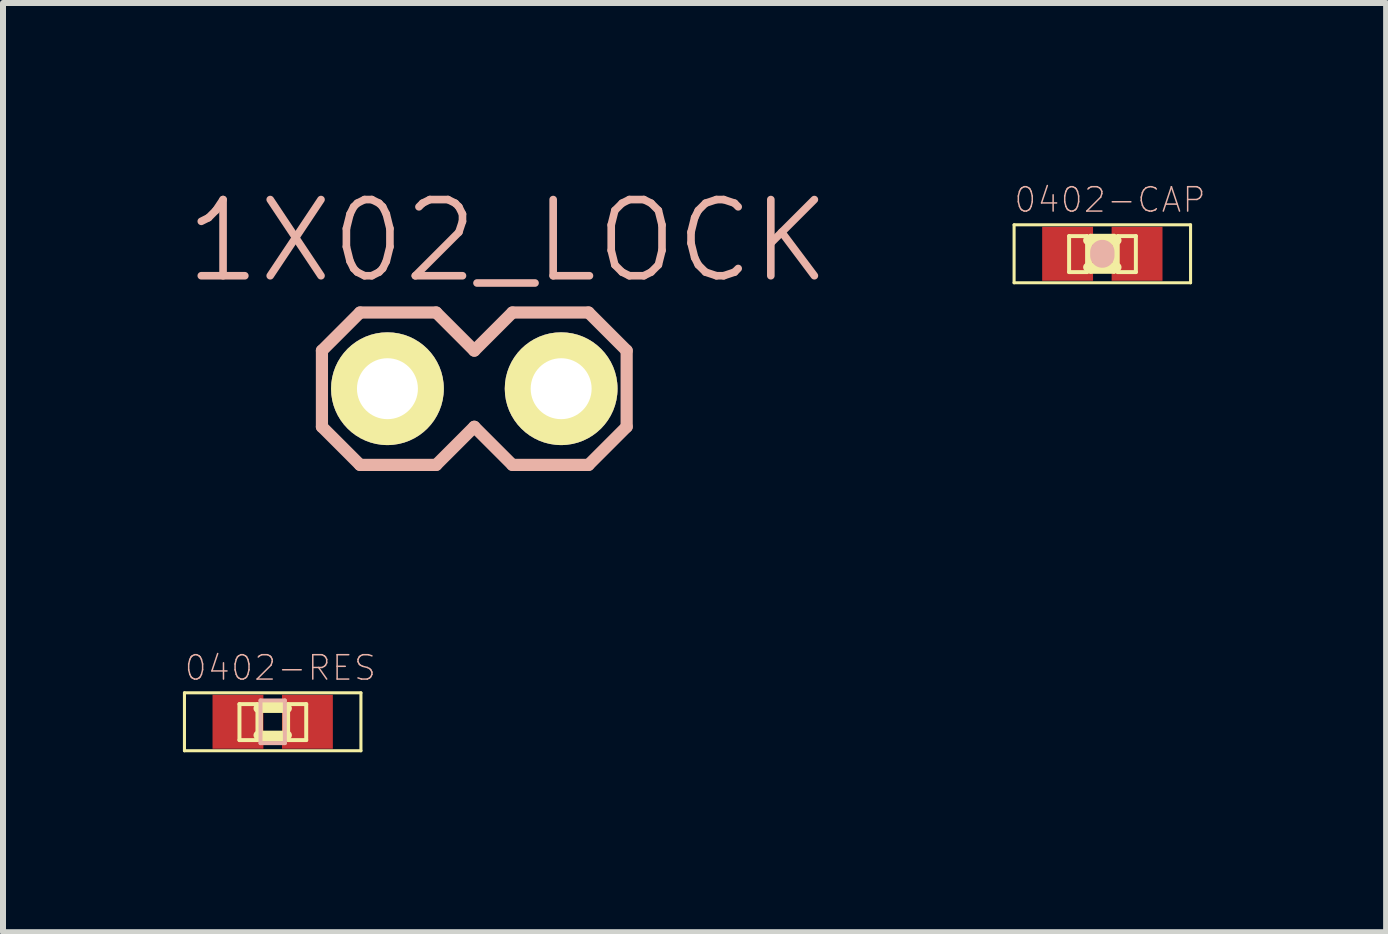
<source format=kicad_pcb>
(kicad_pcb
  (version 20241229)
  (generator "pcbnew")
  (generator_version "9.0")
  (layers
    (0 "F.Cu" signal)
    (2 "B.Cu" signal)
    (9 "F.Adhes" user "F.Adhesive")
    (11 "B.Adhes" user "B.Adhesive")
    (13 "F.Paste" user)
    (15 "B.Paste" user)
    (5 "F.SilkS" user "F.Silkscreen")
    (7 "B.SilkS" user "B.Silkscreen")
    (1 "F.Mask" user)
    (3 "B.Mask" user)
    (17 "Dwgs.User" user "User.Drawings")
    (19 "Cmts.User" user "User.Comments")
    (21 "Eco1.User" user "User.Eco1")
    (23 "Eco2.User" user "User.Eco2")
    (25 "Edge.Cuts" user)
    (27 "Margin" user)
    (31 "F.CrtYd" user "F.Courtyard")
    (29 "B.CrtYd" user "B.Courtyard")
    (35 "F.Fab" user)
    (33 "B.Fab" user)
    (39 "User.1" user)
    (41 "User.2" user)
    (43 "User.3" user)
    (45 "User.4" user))
  (footprint "1X02_LOCK"
    (layer "F.Cu")
    (at 3.587 3.43)
    (property "Reference" "1X02_LOCK" (at 1.829 -2.464 0) (layer "B.SilkS") (effects (font (size 1.27 1.27) (thickness 0.127))))
    (attr exclude_from_pos_files exclude_from_bom)
    (fp_line (start -0.292 -0.292) (end 0.292 -0.292) (stroke (width 0.066) (type solid)) (layer "F.SilkS"))
    (fp_line (start -0.292 0.292) (end -0.292 -0.292) (stroke (width 0.066) (type solid)) (layer "F.SilkS"))
    (fp_line (start -0.292 0.292) (end 0.292 0.292) (stroke (width 0.066) (type solid)) (layer "F.SilkS"))
    (fp_line (start 0.292 0.292) (end 0.292 -0.292) (stroke (width 0.066) (type solid)) (layer "F.SilkS"))
    (fp_line (start 2.248 -0.292) (end 2.832 -0.292) (stroke (width 0.066) (type solid)) (layer "F.SilkS"))
    (fp_line (start 2.248 0.292) (end 2.248 -0.292) (stroke (width 0.066) (type solid)) (layer "F.SilkS"))
    (fp_line (start 2.248 0.292) (end 2.832 0.292) (stroke (width 0.066) (type solid)) (layer "F.SilkS"))
    (fp_line (start 2.832 0.292) (end 2.832 -0.292) (stroke (width 0.066) (type solid)) (layer "F.SilkS"))
    (fp_line (start -1.27 -0.635) (end -1.27 0.635) (stroke (width 0.203) (type solid)) (layer "B.SilkS"))
    (fp_line (start -1.27 0.635) (end -0.635 1.27) (stroke (width 0.203) (type solid)) (layer "B.SilkS"))
    (fp_line (start -0.635 -1.27) (end -1.27 -0.635) (stroke (width 0.203) (type solid)) (layer "B.SilkS"))
    (fp_line (start -0.635 -1.27) (end 0.635 -1.27) (stroke (width 0.203) (type solid)) (layer "B.SilkS"))
    (fp_line (start 0.635 -1.27) (end 1.27 -0.635) (stroke (width 0.203) (type solid)) (layer "B.SilkS"))
    (fp_line (start 0.635 1.27) (end -0.635 1.27) (stroke (width 0.203) (type solid)) (layer "B.SilkS"))
    (fp_line (start 1.27 -0.635) (end 1.905 -1.27) (stroke (width 0.203) (type solid)) (layer "B.SilkS"))
    (fp_line (start 1.27 0.635) (end 0.635 1.27) (stroke (width 0.203) (type solid)) (layer "B.SilkS"))
    (fp_line (start 1.905 -1.27) (end 3.175 -1.27) (stroke (width 0.203) (type solid)) (layer "B.SilkS"))
    (fp_line (start 1.905 1.27) (end 1.27 0.635) (stroke (width 0.203) (type solid)) (layer "B.SilkS"))
    (fp_line (start 3.175 -1.27) (end 3.81 -0.635) (stroke (width 0.203) (type solid)) (layer "B.SilkS"))
    (fp_line (start 3.175 1.27) (end 1.905 1.27) (stroke (width 0.203) (type solid)) (layer "B.SilkS"))
    (fp_line (start 3.81 -0.635) (end 3.81 0.635) (stroke (width 0.203) (type solid)) (layer "B.SilkS"))
    (fp_line (start 3.81 0.635) (end 3.175 1.27) (stroke (width 0.203) (type solid)) (layer "B.SilkS"))
    (pad "1" thru_hole circle (at -0.178 0) (size 1.88 1.88) (drill 1.016) (layers "*.Cu" "F.Mask" "F.SilkS" "F.Paste"))
    (pad "2" thru_hole circle (at 2.718 0) (size 1.88 1.88) (drill 1.016) (layers "*.Cu" "F.Mask" "F.SilkS" "F.Paste")))
  (footprint "0402-RES"
    (layer "F.Cu")
    (at 1.496 8.983)
    (property "Reference" "0402-RES" (at 0.127 -0.899 0) (layer "B.SilkS") (effects (font (size 0.406 0.406) (thickness 0.025))))
    (attr smd)
    (fp_line (start -1.471 -0.483) (end 1.471 -0.483) (stroke (width 0.051) (type solid)) (layer "F.SilkS"))
    (fp_line (start -1.471 0.483) (end -1.471 -0.483) (stroke (width 0.051) (type solid)) (layer "F.SilkS"))
    (fp_line (start -0.554 -0.295) (end -0.254 -0.295) (stroke (width 0.066) (type solid)) (layer "F.SilkS"))
    (fp_line (start -0.554 0.305) (end -0.554 -0.295) (stroke (width 0.066) (type solid)) (layer "F.SilkS"))
    (fp_line (start -0.554 0.305) (end -0.254 0.305) (stroke (width 0.066) (type solid)) (layer "F.SilkS"))
    (fp_line (start -0.254 0.305) (end -0.254 -0.295) (stroke (width 0.066) (type solid)) (layer "F.SilkS"))
    (fp_line (start -0.244 -0.224) (end 0.244 -0.224) (stroke (width 0.152) (type solid)) (layer "F.SilkS"))
    (fp_line (start -0.198 -0.3) (end 0.198 -0.3) (stroke (width 0.066) (type solid)) (layer "F.SilkS"))
    (fp_line (start -0.198 0.3) (end -0.198 -0.3) (stroke (width 0.066) (type solid)) (layer "F.SilkS"))
    (fp_line (start -0.198 0.3) (end 0.198 0.3) (stroke (width 0.066) (type solid)) (layer "F.SilkS"))
    (fp_line (start 0.198 0.3) (end 0.198 -0.3) (stroke (width 0.066) (type solid)) (layer "F.SilkS"))
    (fp_line (start 0.244 0.224) (end -0.244 0.224) (stroke (width 0.152) (type solid)) (layer "F.SilkS"))
    (fp_line (start 0.257 -0.295) (end 0.559 -0.295) (stroke (width 0.066) (type solid)) (layer "F.SilkS"))
    (fp_line (start 0.257 0.305) (end 0.257 -0.295) (stroke (width 0.066) (type solid)) (layer "F.SilkS"))
    (fp_line (start 0.257 0.305) (end 0.559 0.305) (stroke (width 0.066) (type solid)) (layer "F.SilkS"))
    (fp_line (start 0.559 0.305) (end 0.559 -0.295) (stroke (width 0.066) (type solid)) (layer "F.SilkS"))
    (fp_line (start 1.471 -0.483) (end 1.471 0.483) (stroke (width 0.051) (type solid)) (layer "F.SilkS"))
    (fp_line (start 1.471 0.483) (end -1.471 0.483) (stroke (width 0.051) (type solid)) (layer "F.SilkS"))
    (fp_line (start -0.203 -0.356) (end 0.203 -0.356) (stroke (width 0.066) (type solid)) (layer "B.SilkS"))
    (fp_line (start -0.203 0.356) (end -0.203 -0.356) (stroke (width 0.066) (type solid)) (layer "B.SilkS"))
    (fp_line (start -0.203 0.356) (end 0.203 0.356) (stroke (width 0.066) (type solid)) (layer "B.SilkS"))
    (fp_line (start 0.203 0.356) (end 0.203 -0.356) (stroke (width 0.066) (type solid)) (layer "B.SilkS"))
    (pad "1" smd rect (at -0.579 0) (size 0.848 0.899) (layers "F.Cu" "F.Mask" "F.Paste"))
    (pad "2" smd rect (at 0.579 0) (size 0.848 0.899) (layers "F.Cu" "F.Mask" "F.Paste")))
  (footprint "0402-CAP"
    (layer "F.Cu")
    (at 15.327 1.181)
    (property "Reference" "0402-CAP" (at 0.127 -0.899 0) (layer "B.SilkS") (effects (font (size 0.406 0.406) (thickness 0.025))))
    (attr smd)
    (fp_line (start -1.471 -0.483) (end 1.471 -0.483) (stroke (width 0.051) (type solid)) (layer "F.SilkS"))
    (fp_line (start -1.471 0.483) (end -1.471 -0.483) (stroke (width 0.051) (type solid)) (layer "F.SilkS"))
    (fp_line (start -0.554 -0.295) (end -0.254 -0.295) (stroke (width 0.066) (type solid)) (layer "F.SilkS"))
    (fp_line (start -0.554 0.305) (end -0.554 -0.295) (stroke (width 0.066) (type solid)) (layer "F.SilkS"))
    (fp_line (start -0.554 0.305) (end -0.254 0.305) (stroke (width 0.066) (type solid)) (layer "F.SilkS"))
    (fp_line (start -0.254 0.305) (end -0.254 -0.295) (stroke (width 0.066) (type solid)) (layer "F.SilkS"))
    (fp_line (start -0.244 -0.224) (end 0.244 -0.224) (stroke (width 0.152) (type solid)) (layer "F.SilkS"))
    (fp_line (start -0.198 -0.3) (end 0.198 -0.3) (stroke (width 0.066) (type solid)) (layer "F.SilkS"))
    (fp_line (start -0.198 0.3) (end -0.198 -0.3) (stroke (width 0.066) (type solid)) (layer "F.SilkS"))
    (fp_line (start -0.198 0.3) (end 0.198 0.3) (stroke (width 0.066) (type solid)) (layer "F.SilkS"))
    (fp_line (start 0.198 0.3) (end 0.198 -0.3) (stroke (width 0.066) (type solid)) (layer "F.SilkS"))
    (fp_line (start 0.244 0.224) (end -0.244 0.224) (stroke (width 0.152) (type solid)) (layer "F.SilkS"))
    (fp_line (start 0.257 -0.295) (end 0.559 -0.295) (stroke (width 0.066) (type solid)) (layer "F.SilkS"))
    (fp_line (start 0.257 0.305) (end 0.257 -0.295) (stroke (width 0.066) (type solid)) (layer "F.SilkS"))
    (fp_line (start 0.257 0.305) (end 0.559 0.305) (stroke (width 0.066) (type solid)) (layer "F.SilkS"))
    (fp_line (start 0.559 0.305) (end 0.559 -0.295) (stroke (width 0.066) (type solid)) (layer "F.SilkS"))
    (fp_line (start 1.471 -0.483) (end 1.471 0.483) (stroke (width 0.051) (type solid)) (layer "F.SilkS"))
    (fp_line (start 1.471 0.483) (end -1.471 0.483) (stroke (width 0.051) (type solid)) (layer "F.SilkS"))
    (fp_line (start 0 -0.03) (end 0 0.03) (stroke (width 0.406) (type solid)) (layer "B.SilkS"))
    (pad "1" smd rect (at -0.579 0) (size 0.848 0.899) (layers "F.Cu" "F.Mask" "F.Paste"))
    (pad "2" smd rect (at 0.579 0) (size 0.848 0.899) (layers "F.Cu" "F.Mask" "F.Paste")))
  (gr_rect
    (start -3 -3)
    (end 20.058 12.491)
    (stroke (width 0.1) (type default))
    (fill no)
    (layer "Edge.Cuts")))
</source>
